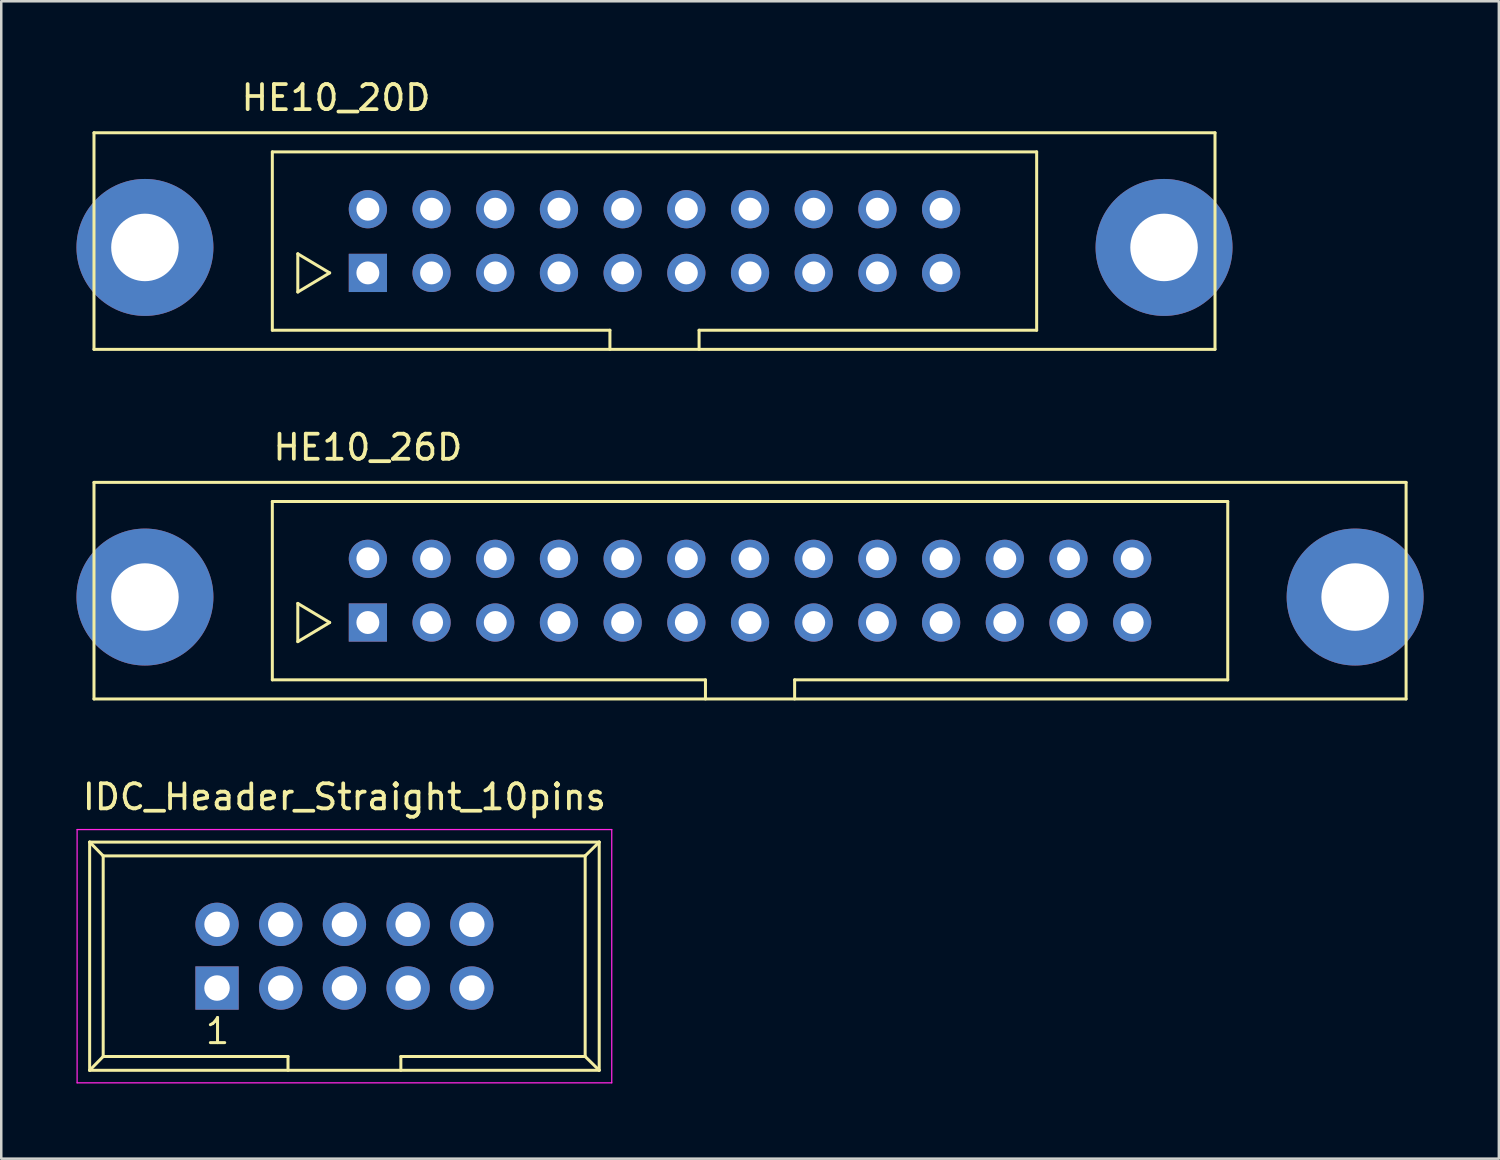
<source format=kicad_pcb>
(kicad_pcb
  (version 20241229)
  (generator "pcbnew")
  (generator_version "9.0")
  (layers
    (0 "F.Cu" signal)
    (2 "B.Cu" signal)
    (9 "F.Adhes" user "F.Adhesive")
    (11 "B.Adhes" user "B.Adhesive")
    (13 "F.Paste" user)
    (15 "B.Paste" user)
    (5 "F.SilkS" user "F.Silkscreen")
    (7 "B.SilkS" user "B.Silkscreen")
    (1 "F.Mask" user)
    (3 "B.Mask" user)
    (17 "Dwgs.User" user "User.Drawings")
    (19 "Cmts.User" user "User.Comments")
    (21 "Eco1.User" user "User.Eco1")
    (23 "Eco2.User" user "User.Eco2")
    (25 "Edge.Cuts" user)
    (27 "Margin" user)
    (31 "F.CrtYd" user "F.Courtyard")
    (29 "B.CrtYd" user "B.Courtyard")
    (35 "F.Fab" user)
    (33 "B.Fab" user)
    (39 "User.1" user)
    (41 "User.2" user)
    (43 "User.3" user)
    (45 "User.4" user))
  (footprint "IDC_Header_Straight_10pins"
    (layer "F.Cu")
    (at 5.605 36.351)
    (property "Reference" "IDC_Header_Straight_10pins" (at 5.08 -7.62 0) (layer "F.SilkS") (effects (font (size 1 1) (thickness 0.15))))
    (attr through_hole)
    (fp_line (start -5.08 -5.82) (end -5.08 3.28) (stroke (width 0.12) (type solid)) (layer "F.SilkS"))
    (fp_line (start -5.08 -5.82) (end -4.54 -5.27) (stroke (width 0.12) (type solid)) (layer "F.SilkS"))
    (fp_line (start -5.08 -5.82) (end 15.24 -5.82) (stroke (width 0.12) (type solid)) (layer "F.SilkS"))
    (fp_line (start -5.08 3.28) (end -4.54 2.73) (stroke (width 0.12) (type solid)) (layer "F.SilkS"))
    (fp_line (start -5.08 3.28) (end 15.24 3.28) (stroke (width 0.12) (type solid)) (layer "F.SilkS"))
    (fp_line (start -4.54 -5.27) (end -4.54 2.73) (stroke (width 0.12) (type solid)) (layer "F.SilkS"))
    (fp_line (start -4.54 -5.27) (end 14.68 -5.27) (stroke (width 0.12) (type solid)) (layer "F.SilkS"))
    (fp_line (start -4.54 2.73) (end 2.83 2.73) (stroke (width 0.12) (type solid)) (layer "F.SilkS"))
    (fp_line (start 2.83 2.73) (end 2.83 3.28) (stroke (width 0.12) (type solid)) (layer "F.SilkS"))
    (fp_line (start 7.33 2.73) (end 7.33 3.28) (stroke (width 0.12) (type solid)) (layer "F.SilkS"))
    (fp_line (start 7.33 2.73) (end 14.68 2.73) (stroke (width 0.12) (type solid)) (layer "F.SilkS"))
    (fp_line (start 14.68 -5.27) (end 14.68 2.73) (stroke (width 0.12) (type solid)) (layer "F.SilkS"))
    (fp_line (start 15.24 -5.82) (end 14.68 -5.27) (stroke (width 0.12) (type solid)) (layer "F.SilkS"))
    (fp_line (start 15.24 -5.82) (end 15.24 3.28) (stroke (width 0.12) (type solid)) (layer "F.SilkS"))
    (fp_line (start 15.24 3.28) (end 14.68 2.73) (stroke (width 0.12) (type solid)) (layer "F.SilkS"))
    (fp_line (start -5.58 -6.32) (end 15.74 -6.32) (stroke (width 0.05) (type solid)) (layer "F.CrtYd"))
    (fp_line (start -5.58 3.78) (end -5.58 -6.32) (stroke (width 0.05) (type solid)) (layer "F.CrtYd"))
    (fp_line (start 15.74 -6.32) (end 15.74 3.78) (stroke (width 0.05) (type solid)) (layer "F.CrtYd"))
    (fp_line (start 15.74 3.78) (end -5.58 3.78) (stroke (width 0.05) (type solid)) (layer "F.CrtYd"))
    (fp_text user "1" (at 0.02 1.72 0) (layer "F.SilkS") (effects (font (size 1 1) (thickness 0.12))))
    (pad "1" thru_hole rect (at 0 0) (size 1.727 1.727) (drill 1.016) (layers "*.Cu" "*.Mask"))
    (pad "2" thru_hole oval (at 0 -2.54) (size 1.727 1.727) (drill 1.016) (layers "*.Cu" "*.Mask"))
    (pad "3" thru_hole oval (at 2.54 0) (size 1.727 1.727) (drill 1.016) (layers "*.Cu" "*.Mask"))
    (pad "4" thru_hole oval (at 2.54 -2.54) (size 1.727 1.727) (drill 1.016) (layers "*.Cu" "*.Mask"))
    (pad "5" thru_hole oval (at 5.08 0) (size 1.727 1.727) (drill 1.016) (layers "*.Cu" "*.Mask"))
    (pad "6" thru_hole oval (at 5.08 -2.54) (size 1.727 1.727) (drill 1.016) (layers "*.Cu" "*.Mask"))
    (pad "7" thru_hole oval (at 7.62 0) (size 1.727 1.727) (drill 1.016) (layers "*.Cu" "*.Mask"))
    (pad "8" thru_hole oval (at 7.62 -2.54) (size 1.727 1.727) (drill 1.016) (layers "*.Cu" "*.Mask"))
    (pad "9" thru_hole oval (at 10.16 0) (size 1.727 1.727) (drill 1.016) (layers "*.Cu" "*.Mask"))
    (pad "10" thru_hole oval (at 10.16 -2.54) (size 1.727 1.727) (drill 1.016) (layers "*.Cu" "*.Mask")))
  (footprint "HE10_26D"
    (layer "F.Cu")
    (at 26.86 20.505)
    (property "Reference" "HE10_26D" (at -15.24 -5.715 0) (layer "F.SilkS") (effects (font (size 1 1) (thickness 0.15))))
    (attr through_hole)
    (fp_line (start -26.162 -4.318) (end -26.162 4.318) (stroke (width 0.12) (type solid)) (layer "F.SilkS"))
    (fp_line (start -26.162 4.318) (end 26.162 4.318) (stroke (width 0.12) (type solid)) (layer "F.SilkS"))
    (fp_line (start -19.05 -3.556) (end 19.05 -3.556) (stroke (width 0.12) (type solid)) (layer "F.SilkS"))
    (fp_line (start -19.05 3.556) (end -19.05 -3.556) (stroke (width 0.12) (type solid)) (layer "F.SilkS"))
    (fp_line (start -18.034 0.508) (end -18.034 2.032) (stroke (width 0.12) (type solid)) (layer "F.SilkS"))
    (fp_line (start -18.034 2.032) (end -16.764 1.27) (stroke (width 0.12) (type solid)) (layer "F.SilkS"))
    (fp_line (start -16.764 1.27) (end -18.034 0.508) (stroke (width 0.12) (type solid)) (layer "F.SilkS"))
    (fp_line (start -1.778 3.556) (end -19.05 3.556) (stroke (width 0.12) (type solid)) (layer "F.SilkS"))
    (fp_line (start -1.778 4.318) (end -1.778 3.556) (stroke (width 0.12) (type solid)) (layer "F.SilkS"))
    (fp_line (start 1.778 3.556) (end 1.778 4.318) (stroke (width 0.12) (type solid)) (layer "F.SilkS"))
    (fp_line (start 19.05 -3.556) (end 19.05 3.556) (stroke (width 0.12) (type solid)) (layer "F.SilkS"))
    (fp_line (start 19.05 3.556) (end 1.778 3.556) (stroke (width 0.12) (type solid)) (layer "F.SilkS"))
    (fp_line (start 26.162 -4.318) (end -26.162 -4.318) (stroke (width 0.12) (type solid)) (layer "F.SilkS"))
    (fp_line (start 26.162 4.318) (end 26.162 -4.318) (stroke (width 0.12) (type solid)) (layer "F.SilkS"))
    (pad "" thru_hole circle (at -24.13 0.254) (size 5.461 5.461) (drill 2.692) (layers "*.Cu" "*.Mask"))
    (pad "" thru_hole circle (at 24.13 0.254) (size 5.461 5.461) (drill 2.692) (layers "*.Cu" "*.Mask"))
    (pad "1" thru_hole rect (at -15.24 1.27) (size 1.524 1.524) (drill 0.914) (layers "*.Cu" "*.Mask"))
    (pad "2" thru_hole circle (at -15.24 -1.27) (size 1.524 1.524) (drill 0.914) (layers "*.Cu" "*.Mask"))
    (pad "3" thru_hole circle (at -12.7 1.27) (size 1.524 1.524) (drill 0.914) (layers "*.Cu" "*.Mask"))
    (pad "4" thru_hole circle (at -12.7 -1.27) (size 1.524 1.524) (drill 0.914) (layers "*.Cu" "*.Mask"))
    (pad "5" thru_hole circle (at -10.16 1.27) (size 1.524 1.524) (drill 0.914) (layers "*.Cu" "*.Mask"))
    (pad "6" thru_hole circle (at -10.16 -1.27) (size 1.524 1.524) (drill 0.914) (layers "*.Cu" "*.Mask"))
    (pad "7" thru_hole circle (at -7.62 1.27) (size 1.524 1.524) (drill 0.914) (layers "*.Cu" "*.Mask"))
    (pad "8" thru_hole circle (at -7.62 -1.27) (size 1.524 1.524) (drill 0.914) (layers "*.Cu" "*.Mask"))
    (pad "9" thru_hole circle (at -5.08 1.27) (size 1.524 1.524) (drill 0.914) (layers "*.Cu" "*.Mask"))
    (pad "10" thru_hole circle (at -5.08 -1.27) (size 1.524 1.524) (drill 0.914) (layers "*.Cu" "*.Mask"))
    (pad "11" thru_hole circle (at -2.54 1.27) (size 1.524 1.524) (drill 0.914) (layers "*.Cu" "*.Mask"))
    (pad "12" thru_hole circle (at -2.54 -1.27) (size 1.524 1.524) (drill 0.914) (layers "*.Cu" "*.Mask"))
    (pad "13" thru_hole circle (at 0 1.27) (size 1.524 1.524) (drill 0.914) (layers "*.Cu" "*.Mask"))
    (pad "14" thru_hole circle (at 0 -1.27) (size 1.524 1.524) (drill 0.914) (layers "*.Cu" "*.Mask"))
    (pad "15" thru_hole circle (at 2.54 1.27) (size 1.524 1.524) (drill 0.914) (layers "*.Cu" "*.Mask"))
    (pad "16" thru_hole circle (at 2.54 -1.27) (size 1.524 1.524) (drill 0.914) (layers "*.Cu" "*.Mask"))
    (pad "17" thru_hole circle (at 5.08 1.27) (size 1.524 1.524) (drill 0.914) (layers "*.Cu" "*.Mask"))
    (pad "18" thru_hole circle (at 5.08 -1.27) (size 1.524 1.524) (drill 0.914) (layers "*.Cu" "*.Mask"))
    (pad "19" thru_hole circle (at 7.62 1.27) (size 1.524 1.524) (drill 0.914) (layers "*.Cu" "*.Mask"))
    (pad "20" thru_hole circle (at 7.62 -1.27) (size 1.524 1.524) (drill 0.914) (layers "*.Cu" "*.Mask"))
    (pad "21" thru_hole circle (at 10.16 1.27) (size 1.524 1.524) (drill 0.914) (layers "*.Cu" "*.Mask"))
    (pad "22" thru_hole circle (at 10.16 -1.27) (size 1.524 1.524) (drill 0.914) (layers "*.Cu" "*.Mask"))
    (pad "23" thru_hole circle (at 12.7 1.27) (size 1.524 1.524) (drill 0.914) (layers "*.Cu" "*.Mask"))
    (pad "24" thru_hole circle (at 12.7 -1.27) (size 1.524 1.524) (drill 0.914) (layers "*.Cu" "*.Mask"))
    (pad "25" thru_hole circle (at 15.24 1.27) (size 1.524 1.524) (drill 0.914) (layers "*.Cu" "*.Mask"))
    (pad "26" thru_hole circle (at 15.24 -1.27) (size 1.524 1.524) (drill 0.914) (layers "*.Cu" "*.Mask")))
  (footprint "HE10_20D"
    (layer "F.Cu")
    (at 23.05 6.563)
    (property "Reference" "HE10_20D" (at -12.7 -5.715 0) (layer "F.SilkS") (effects (font (size 1 1) (thickness 0.15))))
    (attr through_hole)
    (fp_line (start -22.352 -4.318) (end -22.352 4.318) (stroke (width 0.12) (type solid)) (layer "F.SilkS"))
    (fp_line (start -22.352 4.318) (end 22.352 4.318) (stroke (width 0.12) (type solid)) (layer "F.SilkS"))
    (fp_line (start -15.24 -3.556) (end 15.24 -3.556) (stroke (width 0.12) (type solid)) (layer "F.SilkS"))
    (fp_line (start -15.24 3.556) (end -15.24 -3.556) (stroke (width 0.12) (type solid)) (layer "F.SilkS"))
    (fp_line (start -14.224 0.508) (end -14.224 2.032) (stroke (width 0.12) (type solid)) (layer "F.SilkS"))
    (fp_line (start -14.224 2.032) (end -12.954 1.27) (stroke (width 0.12) (type solid)) (layer "F.SilkS"))
    (fp_line (start -12.954 1.27) (end -14.224 0.508) (stroke (width 0.12) (type solid)) (layer "F.SilkS"))
    (fp_line (start -1.778 3.556) (end -15.24 3.556) (stroke (width 0.12) (type solid)) (layer "F.SilkS"))
    (fp_line (start -1.778 4.318) (end -1.778 3.556) (stroke (width 0.12) (type solid)) (layer "F.SilkS"))
    (fp_line (start 1.778 3.556) (end 1.778 4.318) (stroke (width 0.12) (type solid)) (layer "F.SilkS"))
    (fp_line (start 15.24 -3.556) (end 15.24 3.556) (stroke (width 0.12) (type solid)) (layer "F.SilkS"))
    (fp_line (start 15.24 3.556) (end 1.778 3.556) (stroke (width 0.12) (type solid)) (layer "F.SilkS"))
    (fp_line (start 22.352 -4.318) (end -22.352 -4.318) (stroke (width 0.12) (type solid)) (layer "F.SilkS"))
    (fp_line (start 22.352 4.318) (end 22.352 -4.318) (stroke (width 0.12) (type solid)) (layer "F.SilkS"))
    (pad "" thru_hole circle (at -20.32 0.254) (size 5.461 5.461) (drill 2.692) (layers "*.Cu" "*.Mask"))
    (pad "" thru_hole circle (at 20.32 0.254) (size 5.461 5.461) (drill 2.692) (layers "*.Cu" "*.Mask"))
    (pad "1" thru_hole rect (at -11.43 1.27) (size 1.524 1.524) (drill 0.914) (layers "*.Cu" "*.Mask"))
    (pad "2" thru_hole circle (at -11.43 -1.27) (size 1.524 1.524) (drill 0.914) (layers "*.Cu" "*.Mask"))
    (pad "3" thru_hole circle (at -8.89 1.27) (size 1.524 1.524) (drill 0.914) (layers "*.Cu" "*.Mask"))
    (pad "4" thru_hole circle (at -8.89 -1.27) (size 1.524 1.524) (drill 0.914) (layers "*.Cu" "*.Mask"))
    (pad "5" thru_hole circle (at -6.35 1.27) (size 1.524 1.524) (drill 0.914) (layers "*.Cu" "*.Mask"))
    (pad "6" thru_hole circle (at -6.35 -1.27) (size 1.524 1.524) (drill 0.914) (layers "*.Cu" "*.Mask"))
    (pad "7" thru_hole circle (at -3.81 1.27) (size 1.524 1.524) (drill 0.914) (layers "*.Cu" "*.Mask"))
    (pad "8" thru_hole circle (at -3.81 -1.27) (size 1.524 1.524) (drill 0.914) (layers "*.Cu" "*.Mask"))
    (pad "9" thru_hole circle (at -1.27 1.27) (size 1.524 1.524) (drill 0.914) (layers "*.Cu" "*.Mask"))
    (pad "10" thru_hole circle (at -1.27 -1.27) (size 1.524 1.524) (drill 0.914) (layers "*.Cu" "*.Mask"))
    (pad "11" thru_hole circle (at 1.27 1.27) (size 1.524 1.524) (drill 0.914) (layers "*.Cu" "*.Mask"))
    (pad "12" thru_hole circle (at 1.27 -1.27) (size 1.524 1.524) (drill 0.914) (layers "*.Cu" "*.Mask"))
    (pad "13" thru_hole circle (at 3.81 1.27) (size 1.524 1.524) (drill 0.914) (layers "*.Cu" "*.Mask"))
    (pad "14" thru_hole circle (at 3.81 -1.27) (size 1.524 1.524) (drill 0.914) (layers "*.Cu" "*.Mask"))
    (pad "15" thru_hole circle (at 6.35 1.27) (size 1.524 1.524) (drill 0.914) (layers "*.Cu" "*.Mask"))
    (pad "16" thru_hole circle (at 6.35 -1.27) (size 1.524 1.524) (drill 0.914) (layers "*.Cu" "*.Mask"))
    (pad "17" thru_hole circle (at 8.89 1.27) (size 1.524 1.524) (drill 0.914) (layers "*.Cu" "*.Mask"))
    (pad "18" thru_hole circle (at 8.89 -1.27) (size 1.524 1.524) (drill 0.914) (layers "*.Cu" "*.Mask"))
    (pad "19" thru_hole circle (at 11.43 1.27) (size 1.524 1.524) (drill 0.914) (layers "*.Cu" "*.Mask"))
    (pad "20" thru_hole circle (at 11.43 -1.27) (size 1.524 1.524) (drill 0.914) (layers "*.Cu" "*.Mask")))
  (gr_rect
    (start -3 -3)
    (end 56.721 43.156)
    (stroke (width 0.1) (type default))
    (fill no)
    (layer "Edge.Cuts")))
</source>
